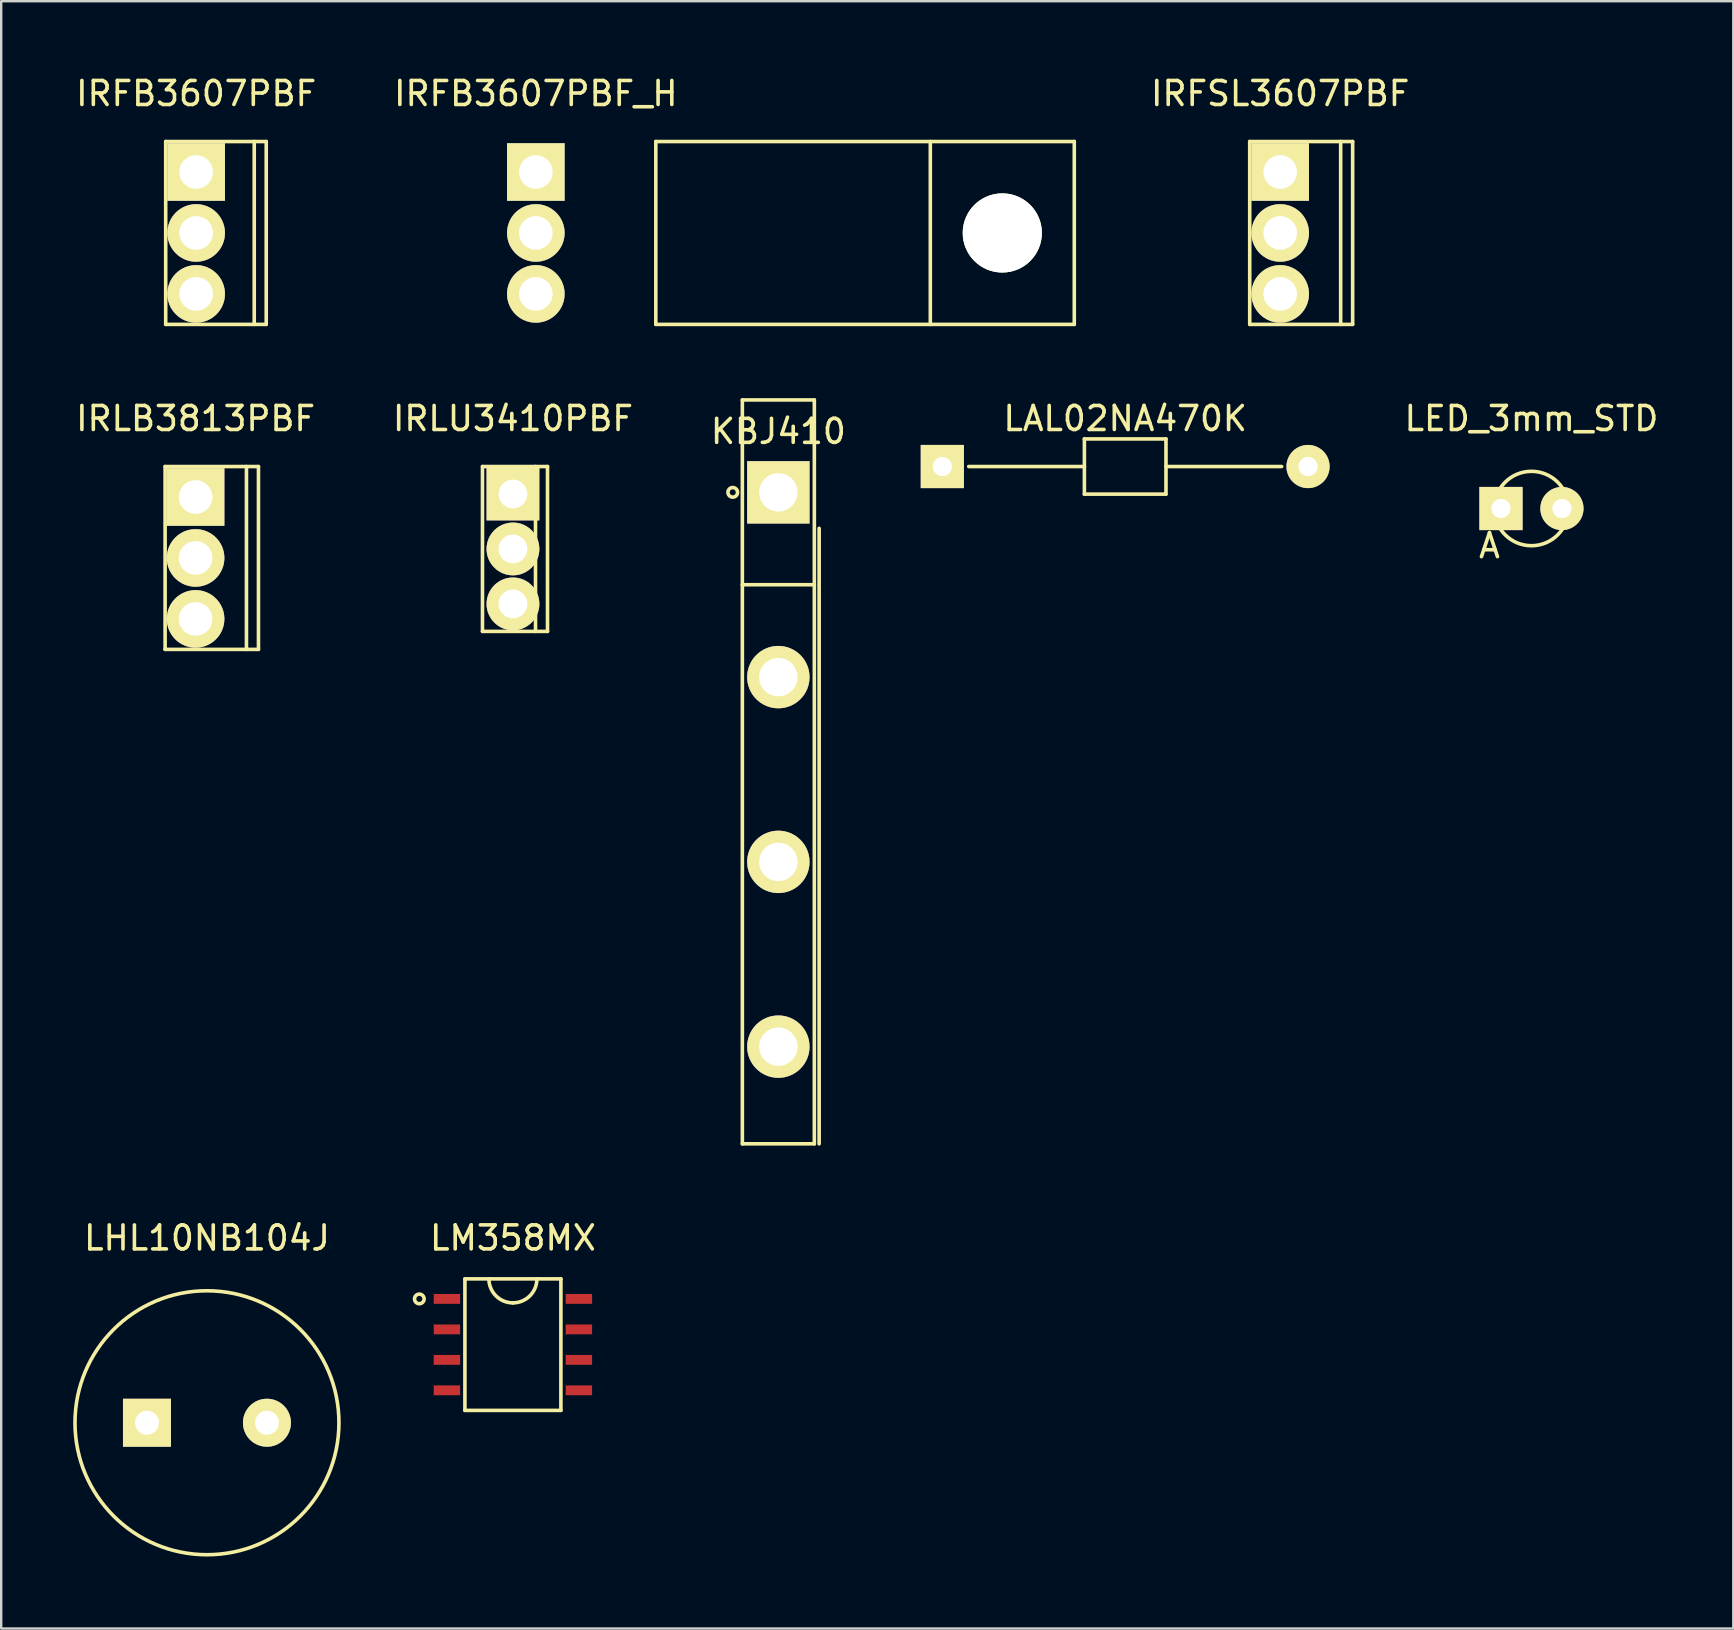
<source format=kicad_pcb>
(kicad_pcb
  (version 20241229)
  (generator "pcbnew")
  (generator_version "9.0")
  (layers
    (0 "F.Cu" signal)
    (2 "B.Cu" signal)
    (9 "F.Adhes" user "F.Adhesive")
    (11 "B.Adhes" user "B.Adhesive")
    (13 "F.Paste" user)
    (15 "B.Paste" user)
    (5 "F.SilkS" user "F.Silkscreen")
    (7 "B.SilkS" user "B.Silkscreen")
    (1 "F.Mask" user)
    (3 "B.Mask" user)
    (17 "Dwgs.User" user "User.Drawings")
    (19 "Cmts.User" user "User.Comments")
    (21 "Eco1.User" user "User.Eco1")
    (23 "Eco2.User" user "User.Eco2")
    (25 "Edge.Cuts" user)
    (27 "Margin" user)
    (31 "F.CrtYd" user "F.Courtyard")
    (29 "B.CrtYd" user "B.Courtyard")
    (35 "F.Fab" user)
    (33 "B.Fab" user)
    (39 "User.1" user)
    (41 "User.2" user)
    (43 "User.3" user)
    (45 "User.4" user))
  (footprint "IRFB3607PBF_H"
    (layer "F.Cu")
    (at 19.28 4.118)
    (property "Reference" "IRFB3607PBF_H" (at 0 -3.27 0) (layer "F.SilkS") (effects (font (size 1 1) (thickness 0.15))))
    (attr through_hole)
    (fp_line (start 5 -1.27) (end 5 6.35) (stroke (width 0.15) (type solid)) (layer "F.SilkS"))
    (fp_line (start 5 -1.27) (end 22.44 -1.27) (stroke (width 0.15) (type solid)) (layer "F.SilkS"))
    (fp_line (start 5 6.35) (end 22.44 6.35) (stroke (width 0.15) (type solid)) (layer "F.SilkS"))
    (fp_line (start 16.44 -1.27) (end 16.44 6.35) (stroke (width 0.15) (type solid)) (layer "F.SilkS"))
    (fp_line (start 22.44 -1.27) (end 22.44 6.35) (stroke (width 0.15) (type solid)) (layer "F.SilkS"))
    (pad "" np_thru_hole circle (at 19.44 2.54) (size 3.3 3.3) (drill 3.3) (layers "*.Cu" "*.Mask" "F.SilkS"))
    (pad "1" thru_hole rect (at 0 0) (size 2.4 2.4) (drill 1.4) (layers "*.Cu" "*.Mask" "F.SilkS"))
    (pad "2" thru_hole circle (at 0 2.54) (size 2.4 2.4) (drill 1.4) (layers "*.Cu" "*.Mask" "F.SilkS"))
    (pad "3" thru_hole circle (at 0 5.08) (size 2.4 2.4) (drill 1.4) (layers "*.Cu" "*.Mask" "F.SilkS")))
  (footprint "IRLU3410PBF"
    (layer "F.Cu")
    (at 18.327 17.537)
    (property "Reference" "IRLU3410PBF" (at 0 -3.145 0) (layer "F.SilkS") (effects (font (size 1 1) (thickness 0.15))))
    (attr through_hole)
    (fp_line (start -1.27 -1.145) (end -1.27 5.725) (stroke (width 0.15) (type solid)) (layer "F.SilkS"))
    (fp_line (start -1.27 -1.145) (end 1.44 -1.145) (stroke (width 0.15) (type solid)) (layer "F.SilkS"))
    (fp_line (start -1.27 5.725) (end 1.44 5.725) (stroke (width 0.15) (type solid)) (layer "F.SilkS"))
    (fp_line (start 0.94 -1.145) (end 0.94 5.725) (stroke (width 0.15) (type solid)) (layer "F.SilkS"))
    (fp_line (start 1.44 -1.145) (end 1.44 5.725) (stroke (width 0.15) (type solid)) (layer "F.SilkS"))
    (pad "1" thru_hole rect (at 0 0) (size 2.2 2.2) (drill 1.2) (layers "*.Cu" "*.Mask" "F.SilkS"))
    (pad "2" thru_hole circle (at 0 2.29) (size 2.2 2.2) (drill 1.2) (layers "*.Cu" "*.Mask" "F.SilkS"))
    (pad "3" thru_hole circle (at 0 4.58) (size 2.2 2.2) (drill 1.2) (layers "*.Cu" "*.Mask" "F.SilkS")))
  (footprint "LAL02NA470K"
    (layer "F.Cu")
    (at 36.221 16.392)
    (property "Reference" "LAL02NA470K" (at 7.62 -2 0) (layer "F.SilkS") (effects (font (size 1 1) (thickness 0.15))))
    (attr through_hole)
    (fp_line (start 1.1 0) (end 5.92 0) (stroke (width 0.15) (type solid)) (layer "F.SilkS"))
    (fp_line (start 5.92 -1.15) (end 5.92 1.15) (stroke (width 0.15) (type solid)) (layer "F.SilkS"))
    (fp_line (start 5.92 -1.15) (end 9.32 -1.15) (stroke (width 0.15) (type solid)) (layer "F.SilkS"))
    (fp_line (start 5.92 1.15) (end 9.32 1.15) (stroke (width 0.15) (type solid)) (layer "F.SilkS"))
    (fp_line (start 9.32 0) (end 14.14 0) (stroke (width 0.15) (type solid)) (layer "F.SilkS"))
    (fp_line (start 9.32 1.15) (end 9.32 -1.15) (stroke (width 0.15) (type solid)) (layer "F.SilkS"))
    (pad "1" thru_hole rect (at 0 0) (size 1.8 1.8) (drill 0.8) (layers "*.Cu" "*.Mask" "F.SilkS"))
    (pad "2" thru_hole circle (at 15.24 0) (size 1.8 1.8) (drill 0.8) (layers "*.Cu" "*.Mask" "F.SilkS")))
  (footprint "LED_3mm_STD"
    (layer "F.Cu")
    (at 59.502 18.142)
    (property "Reference" "LED_3mm_STD" (at 1.27 -3.75 0) (layer "F.SilkS") (effects (font (size 1 1) (thickness 0.15))))
    (attr through_hole)
    (fp_line (start 2.612 0.775) (end 2.612 -0.775) (stroke (width 0.15) (type solid)) (layer "F.SilkS"))
    (fp_circle (center 1.27 0) (end 1.27 -1.55) (stroke (width 0.15) (type solid)) (fill no) (layer "F.SilkS"))
    (fp_text user "A" (at -0.48 1.55 0) (layer "F.SilkS") (effects (font (size 1 1) (thickness 0.15))))
    (pad "1" thru_hole rect (at 0 0) (size 1.8 1.8) (drill 0.8) (layers "*.Cu" "*.Mask" "F.SilkS"))
    (pad "2" thru_hole circle (at 2.54 0) (size 1.8 1.8) (drill 0.8) (layers "*.Cu" "*.Mask" "F.SilkS")))
  (footprint "IRFSL3607PBF"
    (layer "F.Cu")
    (at 50.301 4.118)
    (property "Reference" "IRFSL3607PBF" (at 0 -3.27 0) (layer "F.SilkS") (effects (font (size 1 1) (thickness 0.15))))
    (attr through_hole)
    (fp_line (start -1.27 -1.27) (end -1.27 6.35) (stroke (width 0.15) (type solid)) (layer "F.SilkS"))
    (fp_line (start -1.27 -1.27) (end 3.02 -1.27) (stroke (width 0.15) (type solid)) (layer "F.SilkS"))
    (fp_line (start -1.27 6.35) (end 3.02 6.35) (stroke (width 0.15) (type solid)) (layer "F.SilkS"))
    (fp_line (start 2.52 -1.27) (end 2.52 6.35) (stroke (width 0.15) (type solid)) (layer "F.SilkS"))
    (fp_line (start 3.02 -1.27) (end 3.02 6.35) (stroke (width 0.15) (type solid)) (layer "F.SilkS"))
    (pad "1" thru_hole rect (at 0 0) (size 2.4 2.4) (drill 1.4) (layers "*.Cu" "*.Mask" "F.SilkS"))
    (pad "2" thru_hole circle (at 0 2.54) (size 2.4 2.4) (drill 1.4) (layers "*.Cu" "*.Mask" "F.SilkS"))
    (pad "3" thru_hole circle (at 0 5.08) (size 2.4 2.4) (drill 1.4) (layers "*.Cu" "*.Mask" "F.SilkS")))
  (footprint "LHL10NB104J"
    (layer "F.Cu")
    (at 3.075 56.242)
    (property "Reference" "LHL10NB104J" (at 2.5 -7.7 0) (layer "F.SilkS") (effects (font (size 1 1) (thickness 0.15))))
    (attr through_hole)
    (fp_circle (center 2.5 0) (end 2.5 -5.5) (stroke (width 0.15) (type solid)) (fill no) (layer "F.SilkS"))
    (pad "1" thru_hole rect (at 0 0) (size 2 2) (drill 1) (layers "*.Cu" "*.Mask" "F.SilkS"))
    (pad "2" thru_hole circle (at 5 0) (size 2 2) (drill 1) (layers "*.Cu" "*.Mask" "F.SilkS")))
  (footprint "IRLB3813PBF"
    (layer "F.Cu")
    (at 5.101 17.662)
    (property "Reference" "IRLB3813PBF" (at 0 -3.27 0) (layer "F.SilkS") (effects (font (size 1 1) (thickness 0.15))))
    (attr through_hole)
    (fp_line (start -1.27 -1.27) (end -1.27 6.35) (stroke (width 0.15) (type solid)) (layer "F.SilkS"))
    (fp_line (start -1.27 -1.27) (end 2.62 -1.27) (stroke (width 0.15) (type solid)) (layer "F.SilkS"))
    (fp_line (start -1.27 6.35) (end 2.62 6.35) (stroke (width 0.15) (type solid)) (layer "F.SilkS"))
    (fp_line (start 2.12 -1.27) (end 2.12 6.35) (stroke (width 0.15) (type solid)) (layer "F.SilkS"))
    (fp_line (start 2.62 -1.27) (end 2.62 6.35) (stroke (width 0.15) (type solid)) (layer "F.SilkS"))
    (pad "1" thru_hole rect (at 0 0) (size 2.4 2.4) (drill 1.4) (layers "*.Cu" "*.Mask" "F.SilkS"))
    (pad "2" thru_hole circle (at 0 2.54) (size 2.4 2.4) (drill 1.4) (layers "*.Cu" "*.Mask" "F.SilkS"))
    (pad "3" thru_hole circle (at 0 5.08) (size 2.4 2.4) (drill 1.4) (layers "*.Cu" "*.Mask" "F.SilkS")))
  (footprint "LM358MX"
    (layer "F.Cu")
    (at 15.575 51.081)
    (property "Reference" "LM358MX" (at 2.75 -2.54 0) (layer "F.SilkS") (effects (font (size 1 1) (thickness 0.15))))
    (attr through_hole)
    (fp_line (start 0.75 -0.835) (end 4.75 -0.835) (stroke (width 0.15) (type solid)) (layer "F.SilkS"))
    (fp_line (start 0.75 4.645) (end 0.75 -0.835) (stroke (width 0.15) (type solid)) (layer "F.SilkS"))
    (fp_line (start 4.75 -0.835) (end 4.75 4.645) (stroke (width 0.15) (type solid)) (layer "F.SilkS"))
    (fp_line (start 4.75 4.645) (end 0.75 4.645) (stroke (width 0.15) (type solid)) (layer "F.SilkS"))
    (fp_arc (start 2.75 0.165) (mid 2.042893 -0.127893) (end 1.75 -0.835) (stroke (width 0.15) (type solid)) (layer "F.SilkS"))
    (fp_arc (start 3.75 -0.835) (mid 3.457107 -0.127893) (end 2.75 0.165) (stroke (width 0.15) (type solid)) (layer "F.SilkS"))
    (fp_circle (center -1.15 0) (end -1.15 0.2) (stroke (width 0.15) (type solid)) (fill no) (layer "F.SilkS"))
    (pad "1" smd rect (at 0 0) (size 1.1 0.41) (layers "F.Cu" "F.Mask" "F.Paste"))
    (pad "2" smd rect (at 0 1.27) (size 1.1 0.41) (layers "F.Cu" "F.Mask" "F.Paste"))
    (pad "3" smd rect (at 0 2.54) (size 1.1 0.41) (layers "F.Cu" "F.Mask" "F.Paste"))
    (pad "4" smd rect (at 0 3.81) (size 1.1 0.41) (layers "F.Cu" "F.Mask" "F.Paste"))
    (pad "5" smd rect (at 5.5 3.81) (size 1.1 0.41) (layers "F.Cu" "F.Mask" "F.Paste"))
    (pad "6" smd rect (at 5.5 2.54) (size 1.1 0.41) (layers "F.Cu" "F.Mask" "F.Paste"))
    (pad "7" smd rect (at 5.5 1.27) (size 1.1 0.41) (layers "F.Cu" "F.Mask" "F.Paste"))
    (pad "8" smd rect (at 5.5 0) (size 1.1 0.41) (layers "F.Cu" "F.Mask" "F.Paste")))
  (footprint "IRFB3607PBF"
    (layer "F.Cu")
    (at 5.125 4.118)
    (property "Reference" "IRFB3607PBF" (at 0 -3.27 0) (layer "F.SilkS") (effects (font (size 1 1) (thickness 0.15))))
    (attr through_hole)
    (fp_line (start -1.27 -1.27) (end -1.27 6.35) (stroke (width 0.15) (type solid)) (layer "F.SilkS"))
    (fp_line (start -1.27 -1.27) (end 2.92 -1.27) (stroke (width 0.15) (type solid)) (layer "F.SilkS"))
    (fp_line (start -1.27 6.35) (end 2.92 6.35) (stroke (width 0.15) (type solid)) (layer "F.SilkS"))
    (fp_line (start 2.42 -1.27) (end 2.42 6.35) (stroke (width 0.15) (type solid)) (layer "F.SilkS"))
    (fp_line (start 2.92 -1.27) (end 2.92 6.35) (stroke (width 0.15) (type solid)) (layer "F.SilkS"))
    (pad "1" thru_hole rect (at 0 0) (size 2.4 2.4) (drill 1.4) (layers "*.Cu" "*.Mask" "F.SilkS"))
    (pad "2" thru_hole circle (at 0 2.54) (size 2.4 2.4) (drill 1.4) (layers "*.Cu" "*.Mask" "F.SilkS"))
    (pad "3" thru_hole circle (at 0 5.08) (size 2.4 2.4) (drill 1.4) (layers "*.Cu" "*.Mask" "F.SilkS")))
  (footprint "KBJ410"
    (layer "F.Cu")
    (at 29.387 17.468)
    (property "Reference" "KBJ410" (at 0 -2.54 0) (layer "F.SilkS") (effects (font (size 1 1) (thickness 0.15))))
    (attr through_hole)
    (fp_line (start -1.5 -3.85) (end 1.5 -3.85) (stroke (width 0.15) (type solid)) (layer "F.SilkS"))
    (fp_line (start -1.5 3.85) (end 1.5 3.85) (stroke (width 0.15) (type solid)) (layer "F.SilkS"))
    (fp_line (start -1.5 27.15) (end -1.5 -3.85) (stroke (width 0.15) (type solid)) (layer "F.SilkS"))
    (fp_line (start 1.5 -3.85) (end 1.5 27.15) (stroke (width 0.15) (type solid)) (layer "F.SilkS"))
    (fp_line (start 1.5 27.15) (end -1.5 27.15) (stroke (width 0.15) (type solid)) (layer "F.SilkS"))
    (fp_line (start 1.7 1.5) (end 1.7 27.15) (stroke (width 0.15) (type solid)) (layer "F.SilkS"))
    (fp_circle (center -1.9 0) (end -1.9 0.2) (stroke (width 0.15) (type solid)) (fill no) (layer "F.SilkS"))
    (pad "1" thru_hole rect (at 0 0) (size 2.6 2.6) (drill 1.6) (layers "*.Cu" "*.Mask" "F.SilkS"))
    (pad "2" thru_hole circle (at 0 7.7) (size 2.6 2.6) (drill 1.6) (layers "*.Cu" "*.Mask" "F.SilkS"))
    (pad "3" thru_hole circle (at 0 15.4) (size 2.6 2.6) (drill 1.6) (layers "*.Cu" "*.Mask" "F.SilkS"))
    (pad "4" thru_hole circle (at 0 23.1) (size 2.6 2.6) (drill 1.6) (layers "*.Cu" "*.Mask" "F.SilkS")))
  (gr_rect
    (start -3 -3)
    (end 69.183 64.817)
    (stroke (width 0.1) (type default))
    (fill no)
    (layer "Edge.Cuts")))
</source>
